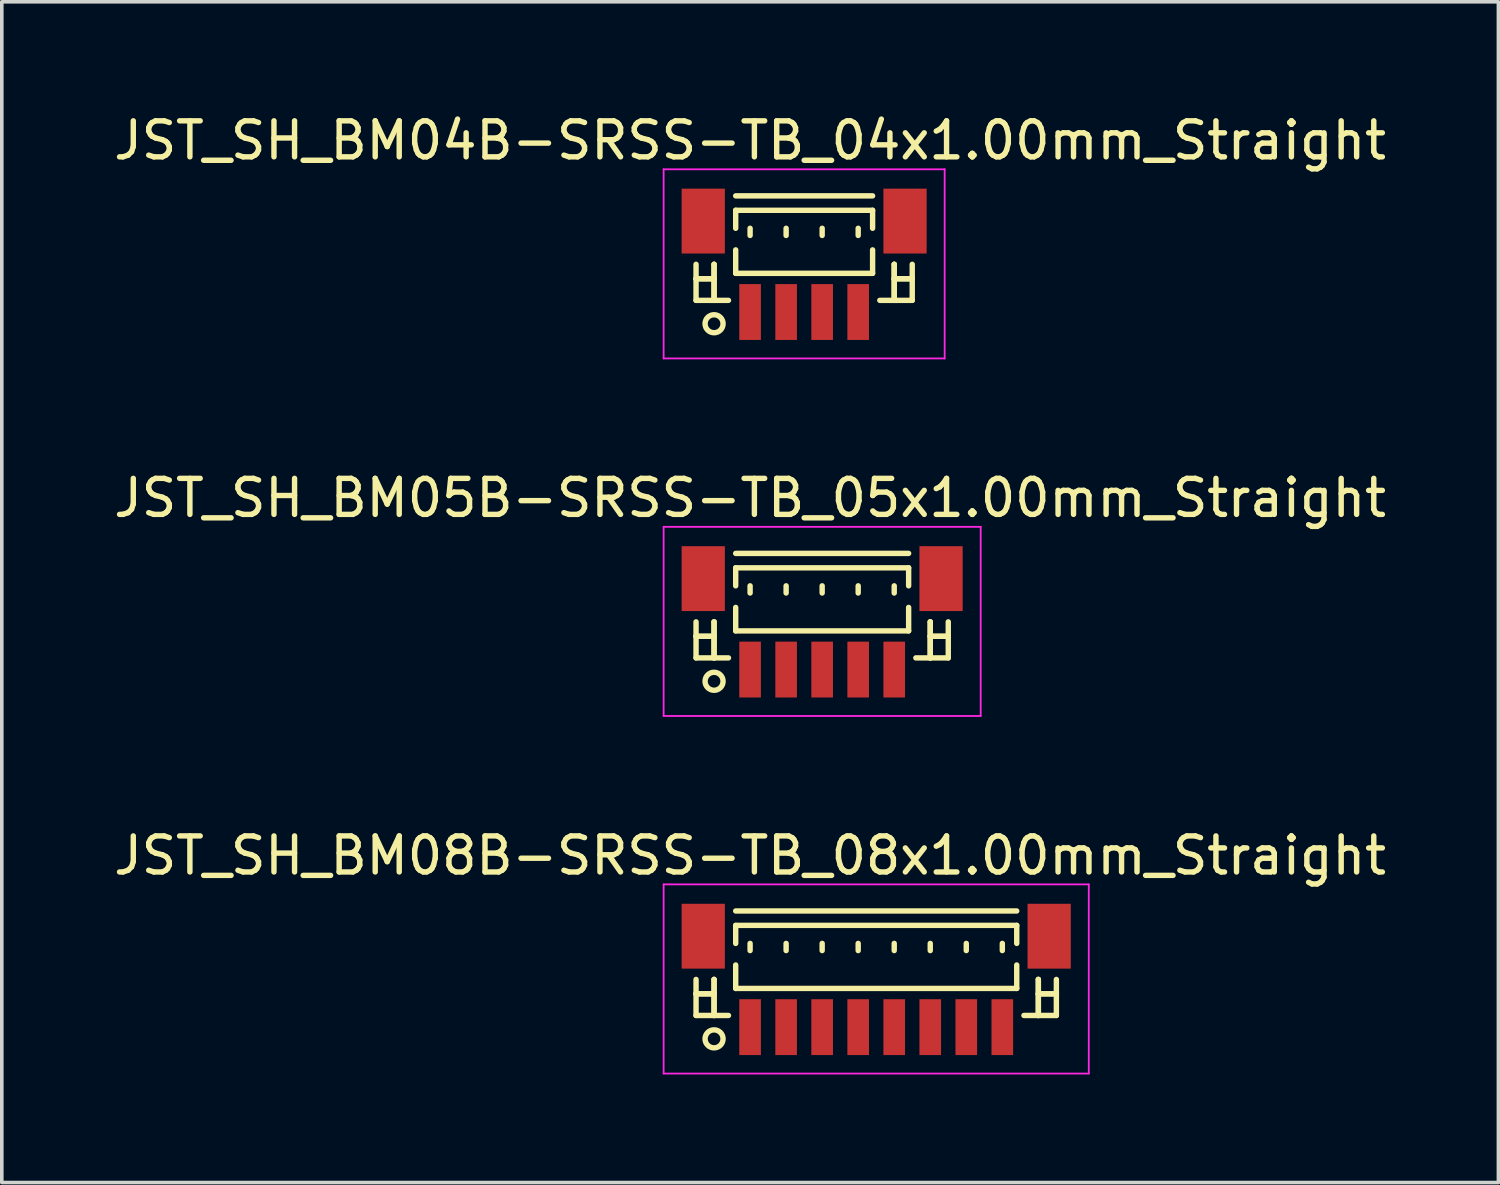
<source format=kicad_pcb>
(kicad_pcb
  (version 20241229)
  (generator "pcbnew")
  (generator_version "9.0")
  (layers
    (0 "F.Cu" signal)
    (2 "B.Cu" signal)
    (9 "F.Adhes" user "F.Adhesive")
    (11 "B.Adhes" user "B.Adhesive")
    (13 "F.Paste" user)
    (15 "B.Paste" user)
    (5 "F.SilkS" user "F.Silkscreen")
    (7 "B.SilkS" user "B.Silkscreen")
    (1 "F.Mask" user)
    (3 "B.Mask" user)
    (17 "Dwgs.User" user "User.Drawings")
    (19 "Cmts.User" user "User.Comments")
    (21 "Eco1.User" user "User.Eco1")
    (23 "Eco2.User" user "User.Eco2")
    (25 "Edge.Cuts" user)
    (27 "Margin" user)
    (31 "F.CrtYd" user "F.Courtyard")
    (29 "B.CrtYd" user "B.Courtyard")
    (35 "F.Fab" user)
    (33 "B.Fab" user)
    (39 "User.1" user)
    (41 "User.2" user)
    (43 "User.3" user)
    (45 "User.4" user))
  (footprint "JST_SH_BM08B-SRSS-TB_08x1.00mm_Straight"
    (layer "F.Cu")
    (at 21.268 24.195)
    (property "Reference" "JST_SH_BM08B-SRSS-TB_08x1.00mm_Straight" (at -3.5 -3.5 0) (layer "F.SilkS") (effects (font (size 1 1) (thickness 0.15))))
    (attr smd)
    (fp_line (start -5 -0.062) (end -5 0.938) (stroke (width 0.15) (type solid)) (layer "F.SilkS"))
    (fp_line (start -5 0.338) (end -5 0.338) (stroke (width 0.15) (type solid)) (layer "F.SilkS"))
    (fp_line (start -5 0.338) (end -4.5 0.338) (stroke (width 0.15) (type solid)) (layer "F.SilkS"))
    (fp_line (start -5 0.938) (end -4.1 0.938) (stroke (width 0.15) (type solid)) (layer "F.SilkS"))
    (fp_line (start -4.5 -0.062) (end -4.5 -0.062) (stroke (width 0.15) (type solid)) (layer "F.SilkS"))
    (fp_line (start -4.5 -0.062) (end -4.5 0.938) (stroke (width 0.15) (type solid)) (layer "F.SilkS"))
    (fp_line (start -4.5 0.338) (end -5 0.338) (stroke (width 0.15) (type solid)) (layer "F.SilkS"))
    (fp_line (start -4.5 0.338) (end -4.5 0.338) (stroke (width 0.15) (type solid)) (layer "F.SilkS"))
    (fp_line (start -4.5 0.938) (end -4.5 -0.062) (stroke (width 0.15) (type solid)) (layer "F.SilkS"))
    (fp_line (start -4.5 0.938) (end -4.5 0.938) (stroke (width 0.15) (type solid)) (layer "F.SilkS"))
    (fp_line (start -3.9 -1.962) (end 3.9 -1.962) (stroke (width 0.15) (type solid)) (layer "F.SilkS"))
    (fp_line (start -3.9 -1.562) (end 3.9 -1.562) (stroke (width 0.15) (type solid)) (layer "F.SilkS"))
    (fp_line (start -3.9 -1.062) (end -3.9 -1.562) (stroke (width 0.15) (type solid)) (layer "F.SilkS"))
    (fp_line (start -3.9 -0.463) (end -3.9 0.188) (stroke (width 0.15) (type solid)) (layer "F.SilkS"))
    (fp_line (start -3.9 0.188) (end 3.9 0.188) (stroke (width 0.15) (type solid)) (layer "F.SilkS"))
    (fp_line (start -3.5 -1.062) (end -3.5 -0.863) (stroke (width 0.15) (type solid)) (layer "F.SilkS"))
    (fp_line (start -2.5 -1.062) (end -2.5 -0.863) (stroke (width 0.15) (type solid)) (layer "F.SilkS"))
    (fp_line (start -1.5 -1.062) (end -1.5 -0.863) (stroke (width 0.15) (type solid)) (layer "F.SilkS"))
    (fp_line (start -0.5 -1.062) (end -0.5 -0.863) (stroke (width 0.15) (type solid)) (layer "F.SilkS"))
    (fp_line (start 0.5 -1.062) (end 0.5 -0.863) (stroke (width 0.15) (type solid)) (layer "F.SilkS"))
    (fp_line (start 1.5 -1.062) (end 1.5 -0.863) (stroke (width 0.15) (type solid)) (layer "F.SilkS"))
    (fp_line (start 2.5 -1.062) (end 2.5 -0.863) (stroke (width 0.15) (type solid)) (layer "F.SilkS"))
    (fp_line (start 3.5 -1.062) (end 3.5 -0.863) (stroke (width 0.15) (type solid)) (layer "F.SilkS"))
    (fp_line (start 3.9 -1.562) (end 3.9 -1.062) (stroke (width 0.15) (type solid)) (layer "F.SilkS"))
    (fp_line (start 3.9 0.188) (end 3.9 -0.463) (stroke (width 0.15) (type solid)) (layer "F.SilkS"))
    (fp_line (start 4.5 -0.062) (end 4.5 -0.062) (stroke (width 0.15) (type solid)) (layer "F.SilkS"))
    (fp_line (start 4.5 -0.062) (end 4.5 0.938) (stroke (width 0.15) (type solid)) (layer "F.SilkS"))
    (fp_line (start 4.5 0.338) (end 4.5 0.338) (stroke (width 0.15) (type solid)) (layer "F.SilkS"))
    (fp_line (start 4.5 0.338) (end 5 0.338) (stroke (width 0.15) (type solid)) (layer "F.SilkS"))
    (fp_line (start 4.5 0.938) (end 4.5 -0.062) (stroke (width 0.15) (type solid)) (layer "F.SilkS"))
    (fp_line (start 4.5 0.938) (end 4.5 0.938) (stroke (width 0.15) (type solid)) (layer "F.SilkS"))
    (fp_line (start 5 -0.062) (end 5 0.938) (stroke (width 0.15) (type solid)) (layer "F.SilkS"))
    (fp_line (start 5 0.338) (end 4.5 0.338) (stroke (width 0.15) (type solid)) (layer "F.SilkS"))
    (fp_line (start 5 0.338) (end 5 0.338) (stroke (width 0.15) (type solid)) (layer "F.SilkS"))
    (fp_line (start 5 0.938) (end 4.1 0.938) (stroke (width 0.15) (type solid)) (layer "F.SilkS"))
    (fp_circle (center -4.5 1.587) (end -4.25 1.587) (stroke (width 0.15) (type solid)) (fill no) (layer "F.SilkS"))
    (fp_line (start -5.9 -2.7) (end 5.9 -2.7) (stroke (width 0.05) (type solid)) (layer "F.CrtYd"))
    (fp_line (start -5.9 2.55) (end -5.9 -2.7) (stroke (width 0.05) (type solid)) (layer "F.CrtYd"))
    (fp_line (start 5.9 -2.7) (end 5.9 2.55) (stroke (width 0.05) (type solid)) (layer "F.CrtYd"))
    (fp_line (start 5.9 2.55) (end -5.9 2.55) (stroke (width 0.05) (type solid)) (layer "F.CrtYd"))
    (pad "" smd rect (at -4.8 -1.262) (size 1.2 1.8) (layers "F.Cu" "F.Mask" "F.Paste"))
    (pad "" smd rect (at 4.8 -1.262) (size 1.2 1.8) (layers "F.Cu" "F.Mask" "F.Paste"))
    (pad "1" smd rect (at -3.5 1.262) (size 0.6 1.55) (layers "F.Cu" "F.Mask" "F.Paste"))
    (pad "2" smd rect (at -2.5 1.262) (size 0.6 1.55) (layers "F.Cu" "F.Mask" "F.Paste"))
    (pad "3" smd rect (at -1.5 1.262) (size 0.6 1.55) (layers "F.Cu" "F.Mask" "F.Paste"))
    (pad "4" smd rect (at -0.5 1.262) (size 0.6 1.55) (layers "F.Cu" "F.Mask" "F.Paste"))
    (pad "5" smd rect (at 0.5 1.262) (size 0.6 1.55) (layers "F.Cu" "F.Mask" "F.Paste"))
    (pad "6" smd rect (at 1.5 1.262) (size 0.6 1.55) (layers "F.Cu" "F.Mask" "F.Paste"))
    (pad "7" smd rect (at 2.5 1.262) (size 0.6 1.55) (layers "F.Cu" "F.Mask" "F.Paste"))
    (pad "8" smd rect (at 3.5 1.262) (size 0.6 1.55) (layers "F.Cu" "F.Mask" "F.Paste")))
  (footprint "JST_SH_BM04B-SRSS-TB_04x1.00mm_Straight"
    (layer "F.Cu")
    (at 19.268 4.348)
    (property "Reference" "JST_SH_BM04B-SRSS-TB_04x1.00mm_Straight" (at -1.5 -3.5 0) (layer "F.SilkS") (effects (font (size 1 1) (thickness 0.15))))
    (attr smd)
    (fp_line (start -3 -0.062) (end -3 0.938) (stroke (width 0.15) (type solid)) (layer "F.SilkS"))
    (fp_line (start -3 0.338) (end -3 0.338) (stroke (width 0.15) (type solid)) (layer "F.SilkS"))
    (fp_line (start -3 0.338) (end -2.5 0.338) (stroke (width 0.15) (type solid)) (layer "F.SilkS"))
    (fp_line (start -3 0.938) (end -2.1 0.938) (stroke (width 0.15) (type solid)) (layer "F.SilkS"))
    (fp_line (start -2.5 -0.062) (end -2.5 -0.062) (stroke (width 0.15) (type solid)) (layer "F.SilkS"))
    (fp_line (start -2.5 -0.062) (end -2.5 0.938) (stroke (width 0.15) (type solid)) (layer "F.SilkS"))
    (fp_line (start -2.5 0.338) (end -3 0.338) (stroke (width 0.15) (type solid)) (layer "F.SilkS"))
    (fp_line (start -2.5 0.338) (end -2.5 0.338) (stroke (width 0.15) (type solid)) (layer "F.SilkS"))
    (fp_line (start -2.5 0.938) (end -2.5 -0.062) (stroke (width 0.15) (type solid)) (layer "F.SilkS"))
    (fp_line (start -2.5 0.938) (end -2.5 0.938) (stroke (width 0.15) (type solid)) (layer "F.SilkS"))
    (fp_line (start -1.9 -1.962) (end 1.9 -1.962) (stroke (width 0.15) (type solid)) (layer "F.SilkS"))
    (fp_line (start -1.9 -1.562) (end 1.9 -1.562) (stroke (width 0.15) (type solid)) (layer "F.SilkS"))
    (fp_line (start -1.9 -1.062) (end -1.9 -1.562) (stroke (width 0.15) (type solid)) (layer "F.SilkS"))
    (fp_line (start -1.9 -0.463) (end -1.9 0.188) (stroke (width 0.15) (type solid)) (layer "F.SilkS"))
    (fp_line (start -1.9 0.188) (end 1.9 0.188) (stroke (width 0.15) (type solid)) (layer "F.SilkS"))
    (fp_line (start -1.5 -1.062) (end -1.5 -0.863) (stroke (width 0.15) (type solid)) (layer "F.SilkS"))
    (fp_line (start -0.5 -1.062) (end -0.5 -0.863) (stroke (width 0.15) (type solid)) (layer "F.SilkS"))
    (fp_line (start 0.5 -1.062) (end 0.5 -0.863) (stroke (width 0.15) (type solid)) (layer "F.SilkS"))
    (fp_line (start 1.5 -1.062) (end 1.5 -0.863) (stroke (width 0.15) (type solid)) (layer "F.SilkS"))
    (fp_line (start 1.9 -1.562) (end 1.9 -1.062) (stroke (width 0.15) (type solid)) (layer "F.SilkS"))
    (fp_line (start 1.9 0.188) (end 1.9 -0.463) (stroke (width 0.15) (type solid)) (layer "F.SilkS"))
    (fp_line (start 2.5 -0.062) (end 2.5 -0.062) (stroke (width 0.15) (type solid)) (layer "F.SilkS"))
    (fp_line (start 2.5 -0.062) (end 2.5 0.938) (stroke (width 0.15) (type solid)) (layer "F.SilkS"))
    (fp_line (start 2.5 0.338) (end 2.5 0.338) (stroke (width 0.15) (type solid)) (layer "F.SilkS"))
    (fp_line (start 2.5 0.338) (end 3 0.338) (stroke (width 0.15) (type solid)) (layer "F.SilkS"))
    (fp_line (start 2.5 0.938) (end 2.5 -0.062) (stroke (width 0.15) (type solid)) (layer "F.SilkS"))
    (fp_line (start 2.5 0.938) (end 2.5 0.938) (stroke (width 0.15) (type solid)) (layer "F.SilkS"))
    (fp_line (start 3 -0.062) (end 3 0.938) (stroke (width 0.15) (type solid)) (layer "F.SilkS"))
    (fp_line (start 3 0.338) (end 2.5 0.338) (stroke (width 0.15) (type solid)) (layer "F.SilkS"))
    (fp_line (start 3 0.338) (end 3 0.338) (stroke (width 0.15) (type solid)) (layer "F.SilkS"))
    (fp_line (start 3 0.938) (end 2.1 0.938) (stroke (width 0.15) (type solid)) (layer "F.SilkS"))
    (fp_circle (center -2.5 1.587) (end -2.25 1.587) (stroke (width 0.15) (type solid)) (fill no) (layer "F.SilkS"))
    (fp_line (start -3.9 -2.7) (end 3.9 -2.7) (stroke (width 0.05) (type solid)) (layer "F.CrtYd"))
    (fp_line (start -3.9 2.55) (end -3.9 -2.7) (stroke (width 0.05) (type solid)) (layer "F.CrtYd"))
    (fp_line (start 3.9 -2.7) (end 3.9 2.55) (stroke (width 0.05) (type solid)) (layer "F.CrtYd"))
    (fp_line (start 3.9 2.55) (end -3.9 2.55) (stroke (width 0.05) (type solid)) (layer "F.CrtYd"))
    (pad "" smd rect (at -2.8 -1.262) (size 1.2 1.8) (layers "F.Cu" "F.Mask" "F.Paste"))
    (pad "" smd rect (at 2.8 -1.262) (size 1.2 1.8) (layers "F.Cu" "F.Mask" "F.Paste"))
    (pad "1" smd rect (at -1.5 1.262) (size 0.6 1.55) (layers "F.Cu" "F.Mask" "F.Paste"))
    (pad "2" smd rect (at -0.5 1.262) (size 0.6 1.55) (layers "F.Cu" "F.Mask" "F.Paste"))
    (pad "3" smd rect (at 0.5 1.262) (size 0.6 1.55) (layers "F.Cu" "F.Mask" "F.Paste"))
    (pad "4" smd rect (at 1.5 1.262) (size 0.6 1.55) (layers "F.Cu" "F.Mask" "F.Paste")))
  (footprint "JST_SH_BM05B-SRSS-TB_05x1.00mm_Straight"
    (layer "F.Cu")
    (at 19.768 14.271)
    (property "Reference" "JST_SH_BM05B-SRSS-TB_05x1.00mm_Straight" (at -2 -3.5 0) (layer "F.SilkS") (effects (font (size 1 1) (thickness 0.15))))
    (attr smd)
    (fp_line (start -3.5 -0.062) (end -3.5 0.938) (stroke (width 0.15) (type solid)) (layer "F.SilkS"))
    (fp_line (start -3.5 0.338) (end -3.5 0.338) (stroke (width 0.15) (type solid)) (layer "F.SilkS"))
    (fp_line (start -3.5 0.338) (end -3 0.338) (stroke (width 0.15) (type solid)) (layer "F.SilkS"))
    (fp_line (start -3.5 0.938) (end -2.6 0.938) (stroke (width 0.15) (type solid)) (layer "F.SilkS"))
    (fp_line (start -3 -0.062) (end -3 -0.062) (stroke (width 0.15) (type solid)) (layer "F.SilkS"))
    (fp_line (start -3 -0.062) (end -3 0.938) (stroke (width 0.15) (type solid)) (layer "F.SilkS"))
    (fp_line (start -3 0.338) (end -3.5 0.338) (stroke (width 0.15) (type solid)) (layer "F.SilkS"))
    (fp_line (start -3 0.338) (end -3 0.338) (stroke (width 0.15) (type solid)) (layer "F.SilkS"))
    (fp_line (start -3 0.938) (end -3 -0.062) (stroke (width 0.15) (type solid)) (layer "F.SilkS"))
    (fp_line (start -3 0.938) (end -3 0.938) (stroke (width 0.15) (type solid)) (layer "F.SilkS"))
    (fp_line (start -2.4 -1.962) (end 2.4 -1.962) (stroke (width 0.15) (type solid)) (layer "F.SilkS"))
    (fp_line (start -2.4 -1.562) (end 2.4 -1.562) (stroke (width 0.15) (type solid)) (layer "F.SilkS"))
    (fp_line (start -2.4 -1.062) (end -2.4 -1.562) (stroke (width 0.15) (type solid)) (layer "F.SilkS"))
    (fp_line (start -2.4 -0.463) (end -2.4 0.188) (stroke (width 0.15) (type solid)) (layer "F.SilkS"))
    (fp_line (start -2.4 0.188) (end 2.4 0.188) (stroke (width 0.15) (type solid)) (layer "F.SilkS"))
    (fp_line (start -2 -1.062) (end -2 -0.863) (stroke (width 0.15) (type solid)) (layer "F.SilkS"))
    (fp_line (start -1 -1.062) (end -1 -0.863) (stroke (width 0.15) (type solid)) (layer "F.SilkS"))
    (fp_line (start 0 -1.062) (end 0 -0.863) (stroke (width 0.15) (type solid)) (layer "F.SilkS"))
    (fp_line (start 1 -1.062) (end 1 -0.863) (stroke (width 0.15) (type solid)) (layer "F.SilkS"))
    (fp_line (start 2 -1.062) (end 2 -0.863) (stroke (width 0.15) (type solid)) (layer "F.SilkS"))
    (fp_line (start 2.4 -1.562) (end 2.4 -1.062) (stroke (width 0.15) (type solid)) (layer "F.SilkS"))
    (fp_line (start 2.4 0.188) (end 2.4 -0.463) (stroke (width 0.15) (type solid)) (layer "F.SilkS"))
    (fp_line (start 3 -0.062) (end 3 -0.062) (stroke (width 0.15) (type solid)) (layer "F.SilkS"))
    (fp_line (start 3 -0.062) (end 3 0.938) (stroke (width 0.15) (type solid)) (layer "F.SilkS"))
    (fp_line (start 3 0.338) (end 3 0.338) (stroke (width 0.15) (type solid)) (layer "F.SilkS"))
    (fp_line (start 3 0.338) (end 3.5 0.338) (stroke (width 0.15) (type solid)) (layer "F.SilkS"))
    (fp_line (start 3 0.938) (end 3 -0.062) (stroke (width 0.15) (type solid)) (layer "F.SilkS"))
    (fp_line (start 3 0.938) (end 3 0.938) (stroke (width 0.15) (type solid)) (layer "F.SilkS"))
    (fp_line (start 3.5 -0.062) (end 3.5 0.938) (stroke (width 0.15) (type solid)) (layer "F.SilkS"))
    (fp_line (start 3.5 0.338) (end 3 0.338) (stroke (width 0.15) (type solid)) (layer "F.SilkS"))
    (fp_line (start 3.5 0.338) (end 3.5 0.338) (stroke (width 0.15) (type solid)) (layer "F.SilkS"))
    (fp_line (start 3.5 0.938) (end 2.6 0.938) (stroke (width 0.15) (type solid)) (layer "F.SilkS"))
    (fp_circle (center -3 1.587) (end -2.75 1.587) (stroke (width 0.15) (type solid)) (fill no) (layer "F.SilkS"))
    (fp_line (start -4.4 -2.7) (end 4.4 -2.7) (stroke (width 0.05) (type solid)) (layer "F.CrtYd"))
    (fp_line (start -4.4 2.55) (end -4.4 -2.7) (stroke (width 0.05) (type solid)) (layer "F.CrtYd"))
    (fp_line (start 4.4 -2.7) (end 4.4 2.55) (stroke (width 0.05) (type solid)) (layer "F.CrtYd"))
    (fp_line (start 4.4 2.55) (end -4.4 2.55) (stroke (width 0.05) (type solid)) (layer "F.CrtYd"))
    (pad "" smd rect (at -3.3 -1.262) (size 1.2 1.8) (layers "F.Cu" "F.Mask" "F.Paste"))
    (pad "" smd rect (at 3.3 -1.262) (size 1.2 1.8) (layers "F.Cu" "F.Mask" "F.Paste"))
    (pad "1" smd rect (at -2 1.262) (size 0.6 1.55) (layers "F.Cu" "F.Mask" "F.Paste"))
    (pad "2" smd rect (at -1 1.262) (size 0.6 1.55) (layers "F.Cu" "F.Mask" "F.Paste"))
    (pad "3" smd rect (at 0 1.262) (size 0.6 1.55) (layers "F.Cu" "F.Mask" "F.Paste"))
    (pad "4" smd rect (at 1 1.262) (size 0.6 1.55) (layers "F.Cu" "F.Mask" "F.Paste"))
    (pad "5" smd rect (at 2 1.262) (size 0.6 1.55) (layers "F.Cu" "F.Mask" "F.Paste")))
  (gr_rect
    (start -3 -3)
    (end 38.536 29.77)
    (stroke (width 0.1) (type default))
    (fill no)
    (layer "Edge.Cuts")))
</source>
